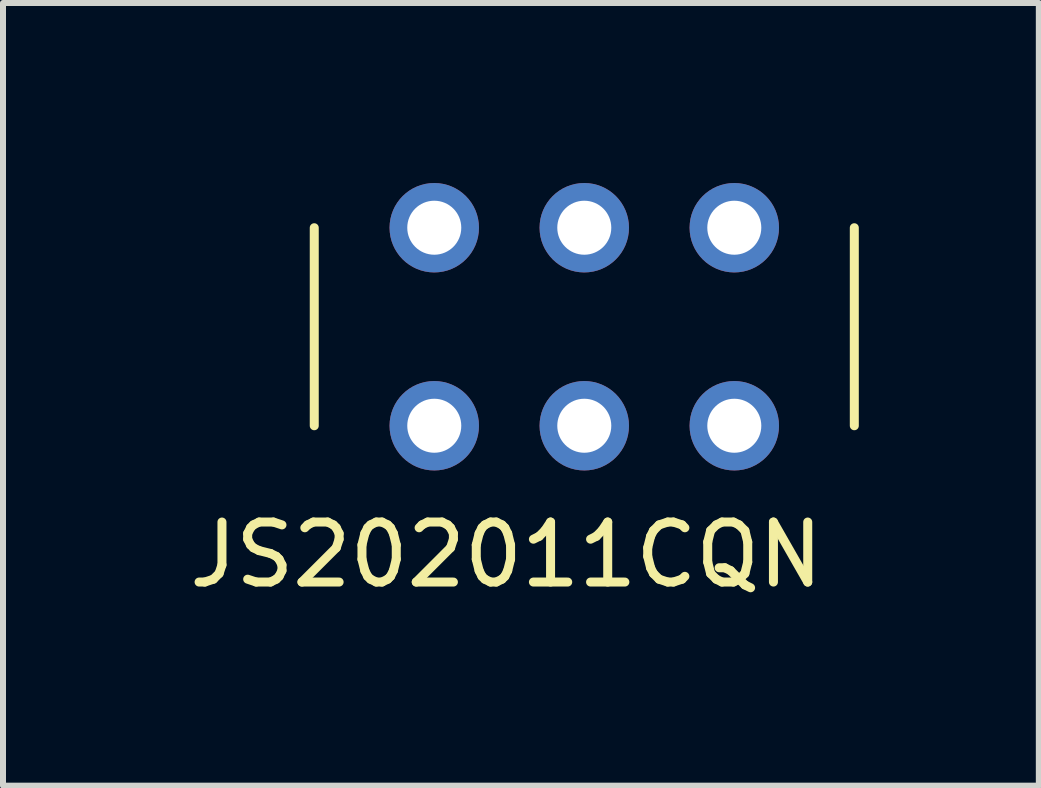
<source format=kicad_pcb>
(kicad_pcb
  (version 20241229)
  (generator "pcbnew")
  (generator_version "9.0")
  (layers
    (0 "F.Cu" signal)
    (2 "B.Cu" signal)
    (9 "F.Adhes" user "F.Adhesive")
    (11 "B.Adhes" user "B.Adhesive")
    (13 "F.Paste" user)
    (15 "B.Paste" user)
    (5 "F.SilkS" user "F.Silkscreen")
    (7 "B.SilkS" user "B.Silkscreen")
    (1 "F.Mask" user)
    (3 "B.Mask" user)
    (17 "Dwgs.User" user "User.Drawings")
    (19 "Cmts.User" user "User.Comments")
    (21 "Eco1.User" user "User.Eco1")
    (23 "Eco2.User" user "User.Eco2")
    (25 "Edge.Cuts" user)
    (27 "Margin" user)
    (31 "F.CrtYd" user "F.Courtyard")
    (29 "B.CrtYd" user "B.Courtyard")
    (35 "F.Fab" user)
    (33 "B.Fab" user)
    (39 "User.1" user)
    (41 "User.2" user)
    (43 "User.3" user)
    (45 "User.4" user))
  (footprint "JS202011CQN"
    (layer "F.Cu")
    (at 6.687 2.395)
    (property "Reference" "JS202011CQN" (at -1.3 3.8 0) (layer "F.SilkS") (effects (font (size 1 1) (thickness 0.15))))
    (attr through_hole)
    (fp_line (start -4.5 -1.65) (end -4.5 1.65) (stroke (width 0.15) (type solid)) (layer "F.SilkS"))
    (fp_line (start 4.5 -1.65) (end 4.5 1.65) (stroke (width 0.15) (type solid)) (layer "F.SilkS"))
    (pad "1" thru_hole circle (at -2.5 1.65) (size 1.49 1.49) (drill 0.9) (layers "*.Cu" "*.Mask"))
    (pad "2" thru_hole circle (at 0 1.65) (size 1.49 1.49) (drill 0.9) (layers "*.Cu" "*.Mask"))
    (pad "3" thru_hole circle (at 2.5 1.65) (size 1.49 1.49) (drill 0.9) (layers "*.Cu" "*.Mask"))
    (pad "4" thru_hole circle (at -2.5 -1.65) (size 1.49 1.49) (drill 0.9) (layers "*.Cu" "*.Mask"))
    (pad "5" thru_hole circle (at 0 -1.65) (size 1.49 1.49) (drill 0.9) (layers "*.Cu" "*.Mask"))
    (pad "6" thru_hole circle (at 2.5 -1.65) (size 1.49 1.49) (drill 0.9) (layers "*.Cu" "*.Mask")))
  (gr_rect
    (start -3 -3)
    (end 14.262 10.043)
    (stroke (width 0.1) (type default))
    (fill no)
    (layer "Edge.Cuts")))
</source>
